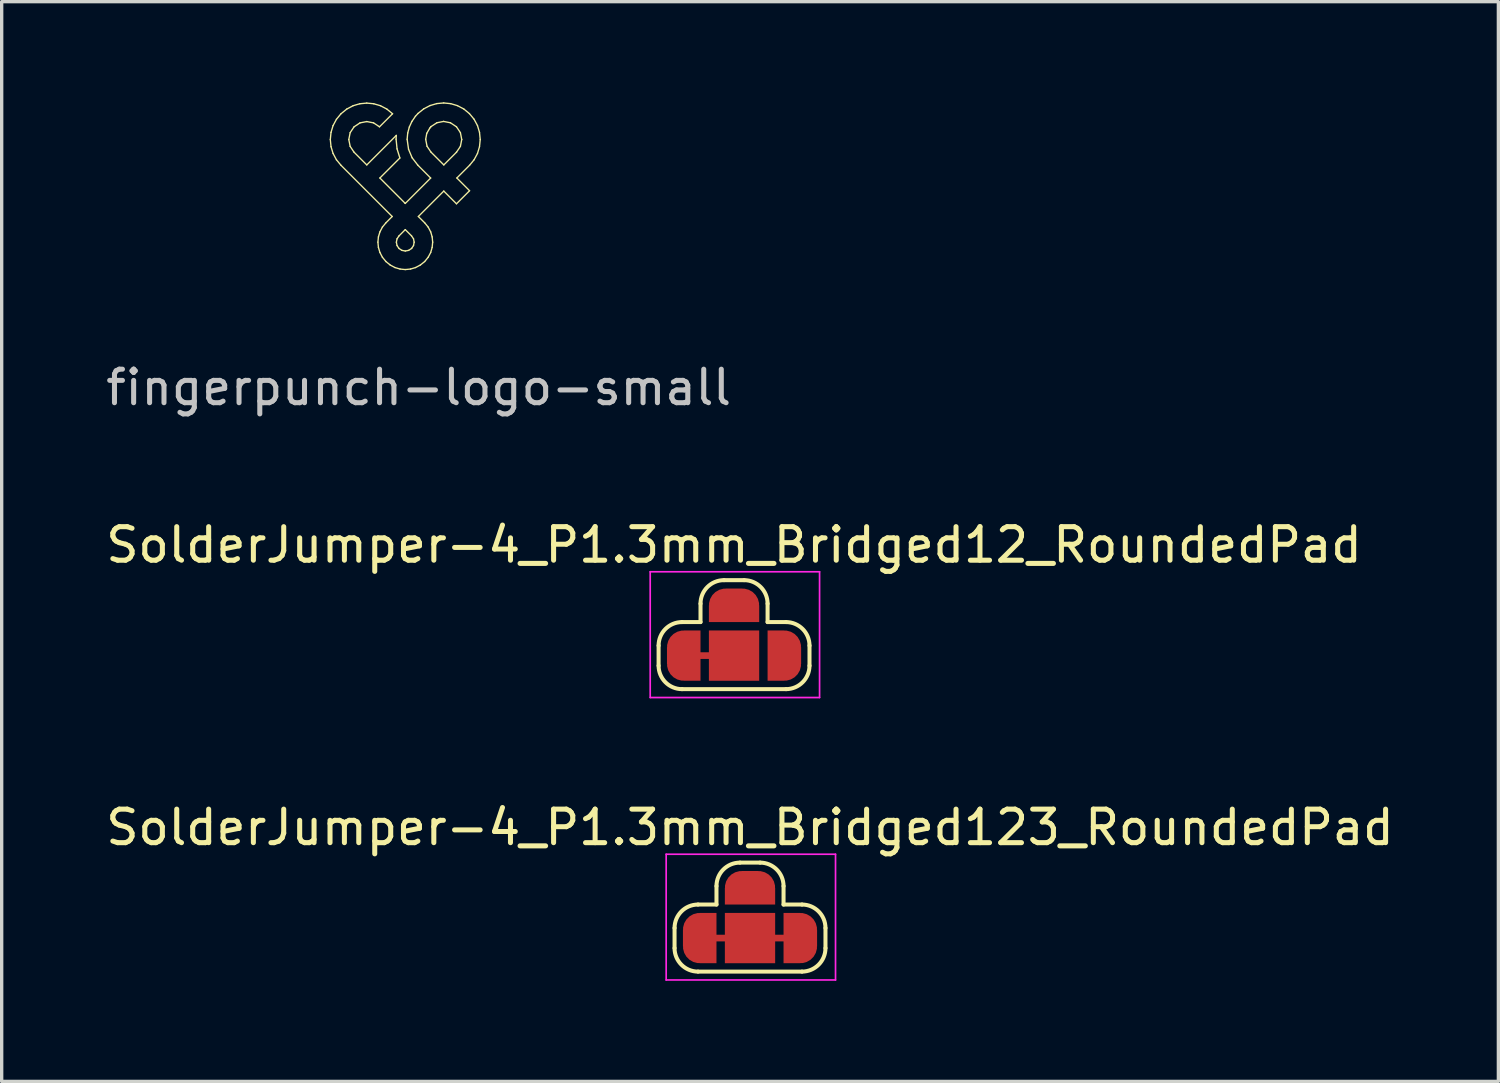
<source format=kicad_pcb>
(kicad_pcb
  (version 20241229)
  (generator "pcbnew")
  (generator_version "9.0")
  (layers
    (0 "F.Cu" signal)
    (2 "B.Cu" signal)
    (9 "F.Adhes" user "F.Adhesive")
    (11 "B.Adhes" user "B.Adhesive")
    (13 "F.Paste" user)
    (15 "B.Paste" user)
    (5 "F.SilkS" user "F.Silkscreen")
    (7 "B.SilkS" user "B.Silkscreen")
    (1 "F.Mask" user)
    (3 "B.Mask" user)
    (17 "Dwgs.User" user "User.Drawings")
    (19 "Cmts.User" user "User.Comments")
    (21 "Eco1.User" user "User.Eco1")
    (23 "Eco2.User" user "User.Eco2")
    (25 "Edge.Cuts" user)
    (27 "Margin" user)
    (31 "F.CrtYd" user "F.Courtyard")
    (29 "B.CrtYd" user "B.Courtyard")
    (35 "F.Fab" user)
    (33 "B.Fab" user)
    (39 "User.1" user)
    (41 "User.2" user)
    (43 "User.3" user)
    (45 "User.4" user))
  (footprint "SolderJumper-4_P1.3mm_Bridged12_RoundedPad"
    (layer "F.Cu")
    (at 18.839 16.5)
    (property "Reference" "SolderJumper-4_P1.3mm_Bridged12_RoundedPad" (at 0 -3.3 0) (layer "F.SilkS") (effects (font (size 1 1) (thickness 0.15))))
    (attr exclude_from_pos_files exclude_from_bom)
    (fp_line (start 0 0) (end -1.5 0) (stroke (width 0.2) (type default)) (layer "F.Cu"))
    (fp_line (start -2.25 0.3) (end -2.25 -0.3) (stroke (width 0.12) (type solid)) (layer "F.SilkS"))
    (fp_line (start -1.55 -1) (end -1 -1) (stroke (width 0.12) (type solid)) (layer "F.SilkS"))
    (fp_line (start -1 -1.55) (end -1 -1) (stroke (width 0.12) (type solid)) (layer "F.SilkS"))
    (fp_line (start -0.3 -2.25) (end 0.3 -2.25) (stroke (width 0.12) (type solid)) (layer "F.SilkS"))
    (fp_line (start 1 -1.55) (end 1 -1) (stroke (width 0.12) (type solid)) (layer "F.SilkS"))
    (fp_line (start 1 -1) (end 1.55 -1) (stroke (width 0.12) (type solid)) (layer "F.SilkS"))
    (fp_line (start 1.55 1) (end -1.55 1) (stroke (width 0.12) (type solid)) (layer "F.SilkS"))
    (fp_line (start 2.25 -0.3) (end 2.25 0.3) (stroke (width 0.12) (type solid)) (layer "F.SilkS"))
    (fp_arc (start -2.25 -0.3) (mid -2.044975 -0.794975) (end -1.55 -1) (stroke (width 0.12) (type solid)) (layer "F.SilkS"))
    (fp_arc (start -1.55 1) (mid -2.044975 0.794975) (end -2.25 0.3) (stroke (width 0.12) (type solid)) (layer "F.SilkS"))
    (fp_arc (start -1 -1.55) (mid -0.794975 -2.044976) (end -0.3 -2.25) (stroke (width 0.12) (type solid)) (layer "F.SilkS"))
    (fp_arc (start 0.3 -2.25) (mid 0.794975 -2.044975) (end 1 -1.55) (stroke (width 0.12) (type solid)) (layer "F.SilkS"))
    (fp_arc (start 1.55 -1) (mid 2.044975 -0.794975) (end 2.25 -0.3) (stroke (width 0.12) (type solid)) (layer "F.SilkS"))
    (fp_arc (start 2.25 0.3) (mid 2.044975 0.794975) (end 1.55 1) (stroke (width 0.12) (type solid)) (layer "F.SilkS"))
    (fp_line (start -2.5 -2.5) (end -2.5 1.25) (stroke (width 0.05) (type solid)) (layer "F.CrtYd"))
    (fp_line (start -2.5 -2.5) (end 2.55 -2.5) (stroke (width 0.05) (type solid)) (layer "F.CrtYd"))
    (fp_line (start 2.55 1.25) (end -2.5 1.25) (stroke (width 0.05) (type solid)) (layer "F.CrtYd"))
    (fp_line (start 2.55 1.25) (end 2.55 -2.5) (stroke (width 0.05) (type solid)) (layer "F.CrtYd"))
    (pad "1" smd custom (at -1.5 0) (size 1 0.5) (layers "F.Cu" "F.Mask") (options (anchor rect)) (primitives (gr_circle (center 0 0.25) (end 0.5 0.25) (width 0) (fill yes)) (gr_circle (center 0 -0.25) (end 0.5 -0.25) (width 0) (fill yes)) (gr_poly (pts (xy 0.5 0.75) (xy 0 0.75) (xy 0 -0.75) (xy 0.5 -0.75)) (width 0) (fill yes))))
    (pad "2" smd rect (at 0 0) (size 1.5 1.5) (layers "F.Cu" "F.Mask"))
    (pad "3" smd custom (at 1.5 0 180) (size 1 0.5) (layers "F.Cu" "F.Mask") (options (anchor rect)) (primitives (gr_circle (center 0 0.25) (end 0.5 0.25) (width 0) (fill yes)) (gr_circle (center 0 -0.25) (end 0.5 -0.25) (width 0) (fill yes)) (gr_poly (pts (xy 0.5 0.75) (xy 0 0.75) (xy 0 -0.75) (xy 0.5 -0.75)) (width 0) (fill yes))))
    (pad "4" smd custom (at 0 -1.5 270) (size 1 0.5) (layers "F.Cu" "F.Mask") (options (anchor rect)) (primitives (gr_circle (center 0 0.25) (end 0.5 0.25) (width 0) (fill yes)) (gr_circle (center 0 -0.25) (end 0.5 -0.25) (width 0) (fill yes)) (gr_poly (pts (xy 0.5 0.75) (xy 0 0.75) (xy 0 -0.75) (xy 0.5 -0.75)) (width 0) (fill yes)))))
  (footprint "SolderJumper-4_P1.3mm_Bridged123_RoundedPad"
    (layer "F.Cu")
    (at 19.315 24.923)
    (property "Reference" "SolderJumper-4_P1.3mm_Bridged123_RoundedPad" (at 0 -3.3 0) (layer "F.SilkS") (effects (font (size 1 1) (thickness 0.15))))
    (attr exclude_from_pos_files exclude_from_bom)
    (fp_line (start 0 0) (end -1.5 0) (stroke (width 0.2) (type default)) (layer "F.Cu"))
    (fp_line (start 0 0) (end 1.5 0) (stroke (width 0.2) (type default)) (layer "F.Cu"))
    (fp_line (start -2.25 0.3) (end -2.25 -0.3) (stroke (width 0.12) (type solid)) (layer "F.SilkS"))
    (fp_line (start -1.55 -1) (end -1 -1) (stroke (width 0.12) (type solid)) (layer "F.SilkS"))
    (fp_line (start -1 -1.55) (end -1 -1) (stroke (width 0.12) (type solid)) (layer "F.SilkS"))
    (fp_line (start -0.3 -2.25) (end 0.3 -2.25) (stroke (width 0.12) (type solid)) (layer "F.SilkS"))
    (fp_line (start 1 -1.55) (end 1 -1) (stroke (width 0.12) (type solid)) (layer "F.SilkS"))
    (fp_line (start 1 -1) (end 1.55 -1) (stroke (width 0.12) (type solid)) (layer "F.SilkS"))
    (fp_line (start 1.55 1) (end -1.55 1) (stroke (width 0.12) (type solid)) (layer "F.SilkS"))
    (fp_line (start 2.25 -0.3) (end 2.25 0.3) (stroke (width 0.12) (type solid)) (layer "F.SilkS"))
    (fp_arc (start -2.25 -0.3) (mid -2.044975 -0.794975) (end -1.55 -1) (stroke (width 0.12) (type solid)) (layer "F.SilkS"))
    (fp_arc (start -1.55 1) (mid -2.044975 0.794975) (end -2.25 0.3) (stroke (width 0.12) (type solid)) (layer "F.SilkS"))
    (fp_arc (start -1 -1.55) (mid -0.794975 -2.044976) (end -0.3 -2.25) (stroke (width 0.12) (type solid)) (layer "F.SilkS"))
    (fp_arc (start 0.3 -2.25) (mid 0.794975 -2.044975) (end 1 -1.55) (stroke (width 0.12) (type solid)) (layer "F.SilkS"))
    (fp_arc (start 1.55 -1) (mid 2.044975 -0.794975) (end 2.25 -0.3) (stroke (width 0.12) (type solid)) (layer "F.SilkS"))
    (fp_arc (start 2.25 0.3) (mid 2.044975 0.794975) (end 1.55 1) (stroke (width 0.12) (type solid)) (layer "F.SilkS"))
    (fp_line (start -2.5 -2.5) (end -2.5 1.25) (stroke (width 0.05) (type solid)) (layer "F.CrtYd"))
    (fp_line (start -2.5 -2.5) (end 2.55 -2.5) (stroke (width 0.05) (type solid)) (layer "F.CrtYd"))
    (fp_line (start 2.55 1.25) (end -2.5 1.25) (stroke (width 0.05) (type solid)) (layer "F.CrtYd"))
    (fp_line (start 2.55 1.25) (end 2.55 -2.5) (stroke (width 0.05) (type solid)) (layer "F.CrtYd"))
    (pad "1" smd custom (at -1.5 0) (size 1 0.5) (layers "F.Cu" "F.Mask") (options (anchor rect)) (primitives (gr_circle (center 0 0.25) (end 0.5 0.25) (width 0) (fill yes)) (gr_circle (center 0 -0.25) (end 0.5 -0.25) (width 0) (fill yes)) (gr_poly (pts (xy 0.5 0.75) (xy 0 0.75) (xy 0 -0.75) (xy 0.5 -0.75)) (width 0) (fill yes))))
    (pad "2" smd rect (at 0 0) (size 1.5 1.5) (layers "F.Cu" "F.Mask"))
    (pad "3" smd custom (at 1.5 0 180) (size 1 0.5) (layers "F.Cu" "F.Mask") (options (anchor rect)) (primitives (gr_circle (center 0 0.25) (end 0.5 0.25) (width 0) (fill yes)) (gr_circle (center 0 -0.25) (end 0.5 -0.25) (width 0) (fill yes)) (gr_poly (pts (xy 0.5 0.75) (xy 0 0.75) (xy 0 -0.75) (xy 0.5 -0.75)) (width 0) (fill yes))))
    (pad "4" smd custom (at 0 -1.5 270) (size 1 0.5) (layers "F.Cu" "F.Mask") (options (anchor rect)) (primitives (gr_circle (center 0 0.25) (end 0.5 0.25) (width 0) (fill yes)) (gr_circle (center 0 -0.25) (end 0.5 -0.25) (width 0) (fill yes)) (gr_poly (pts (xy 0.5 0.75) (xy 0 0.75) (xy 0 -0.75) (xy 0.5 -0.75)) (width 0) (fill yes)))))
  (footprint "fingerpunch-logo-small"
    (layer "F.Cu")
    (at 9.035 2.304)
    (property "Reference" "fingerpunch-logo-small" (at 0.4 6.2 0) (unlocked yes) (layer "Dwgs.User") (effects (font (size 1 1) (thickness 0.15))))
    (fp_line (start -2.235 -1.193) (end -2.214 -0.98) (stroke (width 0.04) (type solid)) (layer "F.SilkS"))
    (fp_line (start -2.214 -1.407) (end -2.235 -1.193) (stroke (width 0.04) (type solid)) (layer "F.SilkS"))
    (fp_line (start -2.214 -0.98) (end -2.153 -0.777) (stroke (width 0.04) (type solid)) (layer "F.SilkS"))
    (fp_line (start -2.153 -1.61) (end -2.214 -1.407) (stroke (width 0.04) (type solid)) (layer "F.SilkS"))
    (fp_line (start -2.153 -0.777) (end -2.053 -0.59) (stroke (width 0.04) (type solid)) (layer "F.SilkS"))
    (fp_line (start -2.053 -1.796) (end -2.153 -1.61) (stroke (width 0.04) (type solid)) (layer "F.SilkS"))
    (fp_line (start -2.053 -0.59) (end -1.917 -0.425) (stroke (width 0.04) (type solid)) (layer "F.SilkS"))
    (fp_line (start -1.917 -1.962) (end -2.053 -1.796) (stroke (width 0.04) (type solid)) (layer "F.SilkS"))
    (fp_line (start -1.917 -0.425) (end -0.39 1.102) (stroke (width 0.04) (type solid)) (layer "F.SilkS"))
    (fp_line (start -1.746 -2.101) (end -1.917 -1.962) (stroke (width 0.04) (type solid)) (layer "F.SilkS"))
    (fp_line (start -1.684 -1.193) (end -1.643 -1.399) (stroke (width 0.04) (type solid)) (layer "F.SilkS"))
    (fp_line (start -1.643 -1.399) (end -1.527 -1.572) (stroke (width 0.04) (type solid)) (layer "F.SilkS"))
    (fp_line (start -1.643 -0.988) (end -1.684 -1.193) (stroke (width 0.04) (type solid)) (layer "F.SilkS"))
    (fp_line (start -1.557 -2.201) (end -1.746 -2.101) (stroke (width 0.04) (type solid)) (layer "F.SilkS"))
    (fp_line (start -1.527 -1.572) (end -1.35 -1.69) (stroke (width 0.04) (type solid)) (layer "F.SilkS"))
    (fp_line (start -1.527 -0.815) (end -1.643 -0.988) (stroke (width 0.04) (type solid)) (layer "F.SilkS"))
    (fp_line (start -1.356 -2.26) (end -1.557 -2.201) (stroke (width 0.04) (type solid)) (layer "F.SilkS"))
    (fp_line (start -1.35 -1.69) (end -1.148 -1.729) (stroke (width 0.04) (type solid)) (layer "F.SilkS"))
    (fp_line (start -1.148 -0.436) (end -1.527 -0.815) (stroke (width 0.04) (type solid)) (layer "F.SilkS"))
    (fp_line (start -1.148 -2.28) (end -1.356 -2.26) (stroke (width 0.04) (type solid)) (layer "F.SilkS"))
    (fp_line (start -1.148 -1.729) (end -0.946 -1.69) (stroke (width 0.04) (type solid)) (layer "F.SilkS"))
    (fp_line (start -0.946 -1.69) (end -0.769 -1.572) (stroke (width 0.04) (type solid)) (layer "F.SilkS"))
    (fp_line (start -0.94 -2.26) (end -1.148 -2.28) (stroke (width 0.04) (type solid)) (layer "F.SilkS"))
    (fp_line (start -0.816 1.867) (end -0.801 2.023) (stroke (width 0.04) (type solid)) (layer "F.SilkS"))
    (fp_line (start -0.801 1.711) (end -0.816 1.867) (stroke (width 0.04) (type solid)) (layer "F.SilkS"))
    (fp_line (start -0.801 2.023) (end -0.756 2.175) (stroke (width 0.04) (type solid)) (layer "F.SilkS"))
    (fp_line (start -0.769 -1.572) (end -0.379 -1.962) (stroke (width 0.04) (type solid)) (layer "F.SilkS"))
    (fp_line (start -0.757 -0.046) (end -0.161 -0.643) (stroke (width 0.04) (type solid)) (layer "F.SilkS"))
    (fp_line (start -0.756 1.56) (end -0.801 1.711) (stroke (width 0.04) (type solid)) (layer "F.SilkS"))
    (fp_line (start -0.756 2.175) (end -0.682 2.317) (stroke (width 0.04) (type solid)) (layer "F.SilkS"))
    (fp_line (start -0.738 -2.201) (end -0.94 -2.26) (stroke (width 0.04) (type solid)) (layer "F.SilkS"))
    (fp_line (start -0.682 1.418) (end -0.756 1.56) (stroke (width 0.04) (type solid)) (layer "F.SilkS"))
    (fp_line (start -0.682 2.317) (end -0.577 2.445) (stroke (width 0.04) (type solid)) (layer "F.SilkS"))
    (fp_line (start -0.577 1.29) (end -0.682 1.418) (stroke (width 0.04) (type solid)) (layer "F.SilkS"))
    (fp_line (start -0.577 2.445) (end -0.449 2.549) (stroke (width 0.04) (type solid)) (layer "F.SilkS"))
    (fp_line (start -0.549 -2.101) (end -0.738 -2.201) (stroke (width 0.04) (type solid)) (layer "F.SilkS"))
    (fp_line (start -0.449 2.549) (end -0.307 2.624) (stroke (width 0.04) (type solid)) (layer "F.SilkS"))
    (fp_line (start -0.39 1.102) (end -0.577 1.29) (stroke (width 0.04) (type solid)) (layer "F.SilkS"))
    (fp_line (start -0.379 -1.962) (end -0.549 -2.101) (stroke (width 0.04) (type solid)) (layer "F.SilkS"))
    (fp_line (start -0.307 2.624) (end -0.156 2.669) (stroke (width 0.04) (type solid)) (layer "F.SilkS"))
    (fp_line (start -0.274 -1.203) (end -0.268 -1.316) (stroke (width 0.04) (type solid)) (layer "F.SilkS"))
    (fp_line (start -0.268 -1.316) (end -1.148 -0.436) (stroke (width 0.04) (type solid)) (layer "F.SilkS"))
    (fp_line (start -0.265 1.868) (end -0.246 1.768) (stroke (width 0.04) (type solid)) (layer "F.SilkS"))
    (fp_line (start -0.246 1.768) (end -0.187 1.68) (stroke (width 0.04) (type solid)) (layer "F.SilkS"))
    (fp_line (start -0.246 1.968) (end -0.265 1.868) (stroke (width 0.04) (type solid)) (layer "F.SilkS"))
    (fp_line (start -0.245 -0.915) (end -0.274 -1.203) (stroke (width 0.04) (type solid)) (layer "F.SilkS"))
    (fp_line (start -0.187 1.68) (end -0.000008 1.493) (stroke (width 0.04) (type solid)) (layer "F.SilkS"))
    (fp_line (start -0.187 2.055) (end -0.246 1.968) (stroke (width 0.04) (type solid)) (layer "F.SilkS"))
    (fp_line (start -0.161 -0.643) (end -0.245 -0.915) (stroke (width 0.04) (type solid)) (layer "F.SilkS"))
    (fp_line (start -0.156 2.669) (end 0.001 2.684) (stroke (width 0.04) (type solid)) (layer "F.SilkS"))
    (fp_line (start -0.1 2.112) (end -0.187 2.055) (stroke (width 0.04) (type solid)) (layer "F.SilkS"))
    (fp_line (start -0.000008 1.493) (end 0.187 1.68) (stroke (width 0.04) (type solid)) (layer "F.SilkS"))
    (fp_line (start -0.000007 0.712) (end -0.757 -0.046) (stroke (width 0.04) (type solid)) (layer "F.SilkS"))
    (fp_line (start -0.000007 0.712) (end -0.000007 0.712) (stroke (width 0.04) (type solid)) (layer "F.SilkS"))
    (fp_line (start 0.000275 2.131) (end -0.1 2.112) (stroke (width 0.04) (type solid)) (layer "F.SilkS"))
    (fp_line (start 0.001 2.684) (end 0.157 2.669) (stroke (width 0.04) (type solid)) (layer "F.SilkS"))
    (fp_line (start 0.056 -1.201) (end 0.098 -0.901) (stroke (width 0.04) (type solid)) (layer "F.SilkS"))
    (fp_line (start 0.073 -1.388) (end 0.056 -1.201) (stroke (width 0.04) (type solid)) (layer "F.SilkS"))
    (fp_line (start 0.098 -0.901) (end 0.205 -0.648) (stroke (width 0.04) (type solid)) (layer "F.SilkS"))
    (fp_line (start 0.101 2.112) (end 0.000275 2.131) (stroke (width 0.04) (type solid)) (layer "F.SilkS"))
    (fp_line (start 0.121 -1.566) (end 0.073 -1.388) (stroke (width 0.04) (type solid)) (layer "F.SilkS"))
    (fp_line (start 0.157 2.669) (end 0.308 2.624) (stroke (width 0.04) (type solid)) (layer "F.SilkS"))
    (fp_line (start 0.187 1.68) (end 0.246 1.768) (stroke (width 0.04) (type solid)) (layer "F.SilkS"))
    (fp_line (start 0.188 2.055) (end 0.101 2.112) (stroke (width 0.04) (type solid)) (layer "F.SilkS"))
    (fp_line (start 0.188 2.055) (end 0.188 2.055) (stroke (width 0.04) (type solid)) (layer "F.SilkS"))
    (fp_line (start 0.198 -1.734) (end 0.121 -1.566) (stroke (width 0.04) (type solid)) (layer "F.SilkS"))
    (fp_line (start 0.205 -0.648) (end 0.375 -0.428) (stroke (width 0.04) (type solid)) (layer "F.SilkS"))
    (fp_line (start 0.246 1.768) (end 0.265 1.868) (stroke (width 0.04) (type solid)) (layer "F.SilkS"))
    (fp_line (start 0.246 1.968) (end 0.188 2.055) (stroke (width 0.04) (type solid)) (layer "F.SilkS"))
    (fp_line (start 0.265 1.868) (end 0.246 1.968) (stroke (width 0.04) (type solid)) (layer "F.SilkS"))
    (fp_line (start 0.303 -1.887) (end 0.198 -1.734) (stroke (width 0.04) (type solid)) (layer "F.SilkS"))
    (fp_line (start 0.308 2.624) (end 0.45 2.549) (stroke (width 0.04) (type solid)) (layer "F.SilkS"))
    (fp_line (start 0.375 -0.428) (end 0.757 -0.045) (stroke (width 0.04) (type solid)) (layer "F.SilkS"))
    (fp_line (start 0.38 -1.971) (end 0.303 -1.887) (stroke (width 0.04) (type solid)) (layer "F.SilkS"))
    (fp_line (start 0.39 1.102) (end 1.148 0.344) (stroke (width 0.04) (type solid)) (layer "F.SilkS"))
    (fp_line (start 0.45 2.549) (end 0.579 2.445) (stroke (width 0.04) (type solid)) (layer "F.SilkS"))
    (fp_line (start 0.55 -2.108) (end 0.38 -1.971) (stroke (width 0.04) (type solid)) (layer "F.SilkS"))
    (fp_line (start 0.579 1.29) (end 0.39 1.102) (stroke (width 0.04) (type solid)) (layer "F.SilkS"))
    (fp_line (start 0.579 2.445) (end 0.683 2.317) (stroke (width 0.04) (type solid)) (layer "F.SilkS"))
    (fp_line (start 0.609 -1.2) (end 0.641 -1.378) (stroke (width 0.04) (type solid)) (layer "F.SilkS"))
    (fp_line (start 0.641 -1.378) (end 0.731 -1.534) (stroke (width 0.04) (type solid)) (layer "F.SilkS"))
    (fp_line (start 0.649 -0.993) (end 0.609 -1.2) (stroke (width 0.04) (type solid)) (layer "F.SilkS"))
    (fp_line (start 0.683 1.418) (end 0.579 1.29) (stroke (width 0.04) (type solid)) (layer "F.SilkS"))
    (fp_line (start 0.683 2.317) (end 0.758 2.175) (stroke (width 0.04) (type solid)) (layer "F.SilkS"))
    (fp_line (start 0.731 -1.534) (end 0.768 -1.579) (stroke (width 0.04) (type solid)) (layer "F.SilkS"))
    (fp_line (start 0.739 -2.206) (end 0.55 -2.108) (stroke (width 0.04) (type solid)) (layer "F.SilkS"))
    (fp_line (start 0.757 -0.045) (end -0.000007 0.712) (stroke (width 0.04) (type solid)) (layer "F.SilkS"))
    (fp_line (start 0.758 1.56) (end 0.683 1.418) (stroke (width 0.04) (type solid)) (layer "F.SilkS"))
    (fp_line (start 0.758 2.175) (end 0.802 2.023) (stroke (width 0.04) (type solid)) (layer "F.SilkS"))
    (fp_line (start 0.766 -0.819) (end 0.649 -0.993) (stroke (width 0.04) (type solid)) (layer "F.SilkS"))
    (fp_line (start 0.768 -1.579) (end 0.769 -1.58) (stroke (width 0.04) (type solid)) (layer "F.SilkS"))
    (fp_line (start 0.769 -1.58) (end 0.944 -1.694) (stroke (width 0.04) (type solid)) (layer "F.SilkS"))
    (fp_line (start 0.802 1.711) (end 0.758 1.56) (stroke (width 0.04) (type solid)) (layer "F.SilkS"))
    (fp_line (start 0.802 2.023) (end 0.817 1.867) (stroke (width 0.04) (type solid)) (layer "F.SilkS"))
    (fp_line (start 0.817 1.867) (end 0.802 1.711) (stroke (width 0.04) (type solid)) (layer "F.SilkS"))
    (fp_line (start 0.94 -2.265) (end 0.739 -2.206) (stroke (width 0.04) (type solid)) (layer "F.SilkS"))
    (fp_line (start 0.944 -1.694) (end 1.143 -1.733) (stroke (width 0.04) (type solid)) (layer "F.SilkS"))
    (fp_line (start 1.143 -1.733) (end 1.347 -1.693) (stroke (width 0.04) (type solid)) (layer "F.SilkS"))
    (fp_line (start 1.147 -2.284) (end 0.94 -2.265) (stroke (width 0.04) (type solid)) (layer "F.SilkS"))
    (fp_line (start 1.148 0.344) (end 1.527 0.723) (stroke (width 0.04) (type solid)) (layer "F.SilkS"))
    (fp_line (start 1.149 -0.436) (end 0.766 -0.819) (stroke (width 0.04) (type solid)) (layer "F.SilkS"))
    (fp_line (start 1.347 -1.693) (end 1.527 -1.573) (stroke (width 0.04) (type solid)) (layer "F.SilkS"))
    (fp_line (start 1.355 -2.263) (end 1.147 -2.284) (stroke (width 0.04) (type solid)) (layer "F.SilkS"))
    (fp_line (start 1.527 0.723) (end 1.917 0.333) (stroke (width 0.04) (type solid)) (layer "F.SilkS"))
    (fp_line (start 1.527 -1.573) (end 1.644 -1.399) (stroke (width 0.04) (type solid)) (layer "F.SilkS"))
    (fp_line (start 1.527 -0.815) (end 1.149 -0.436) (stroke (width 0.04) (type solid)) (layer "F.SilkS"))
    (fp_line (start 1.527 -0.815) (end 1.527 -0.815) (stroke (width 0.04) (type solid)) (layer "F.SilkS"))
    (fp_line (start 1.538 -0.046) (end 1.917 -0.425) (stroke (width 0.04) (type solid)) (layer "F.SilkS"))
    (fp_line (start 1.555 -2.204) (end 1.355 -2.263) (stroke (width 0.04) (type solid)) (layer "F.SilkS"))
    (fp_line (start 1.644 -0.989) (end 1.527 -0.815) (stroke (width 0.04) (type solid)) (layer "F.SilkS"))
    (fp_line (start 1.644 -1.399) (end 1.684 -1.194) (stroke (width 0.04) (type solid)) (layer "F.SilkS"))
    (fp_line (start 1.684 -1.194) (end 1.644 -0.989) (stroke (width 0.04) (type solid)) (layer "F.SilkS"))
    (fp_line (start 1.744 -2.105) (end 1.555 -2.204) (stroke (width 0.04) (type solid)) (layer "F.SilkS"))
    (fp_line (start 1.913 -1.966) (end 1.744 -2.105) (stroke (width 0.04) (type solid)) (layer "F.SilkS"))
    (fp_line (start 1.917 -0.425) (end 2.053 -0.591) (stroke (width 0.04) (type solid)) (layer "F.SilkS"))
    (fp_line (start 1.917 0.333) (end 1.538 -0.046) (stroke (width 0.04) (type solid)) (layer "F.SilkS"))
    (fp_line (start 2.052 -1.798) (end 1.913 -1.966) (stroke (width 0.04) (type solid)) (layer "F.SilkS"))
    (fp_line (start 2.053 -0.591) (end 2.153 -0.777) (stroke (width 0.04) (type solid)) (layer "F.SilkS"))
    (fp_line (start 2.153 -1.61) (end 2.052 -1.798) (stroke (width 0.04) (type solid)) (layer "F.SilkS"))
    (fp_line (start 2.153 -0.777) (end 2.214 -0.98) (stroke (width 0.04) (type solid)) (layer "F.SilkS"))
    (fp_line (start 2.214 -1.407) (end 2.153 -1.61) (stroke (width 0.04) (type solid)) (layer "F.SilkS"))
    (fp_line (start 2.214 -0.98) (end 2.235 -1.193) (stroke (width 0.04) (type solid)) (layer "F.SilkS"))
    (fp_line (start 2.235 -1.193) (end 2.214 -1.407) (stroke (width 0.04) (type solid)) (layer "F.SilkS")))
  (gr_rect
    (start -3 -3)
    (end 41.631 29.198)
    (stroke (width 0.1) (type default))
    (fill no)
    (layer "Edge.Cuts")))
</source>
